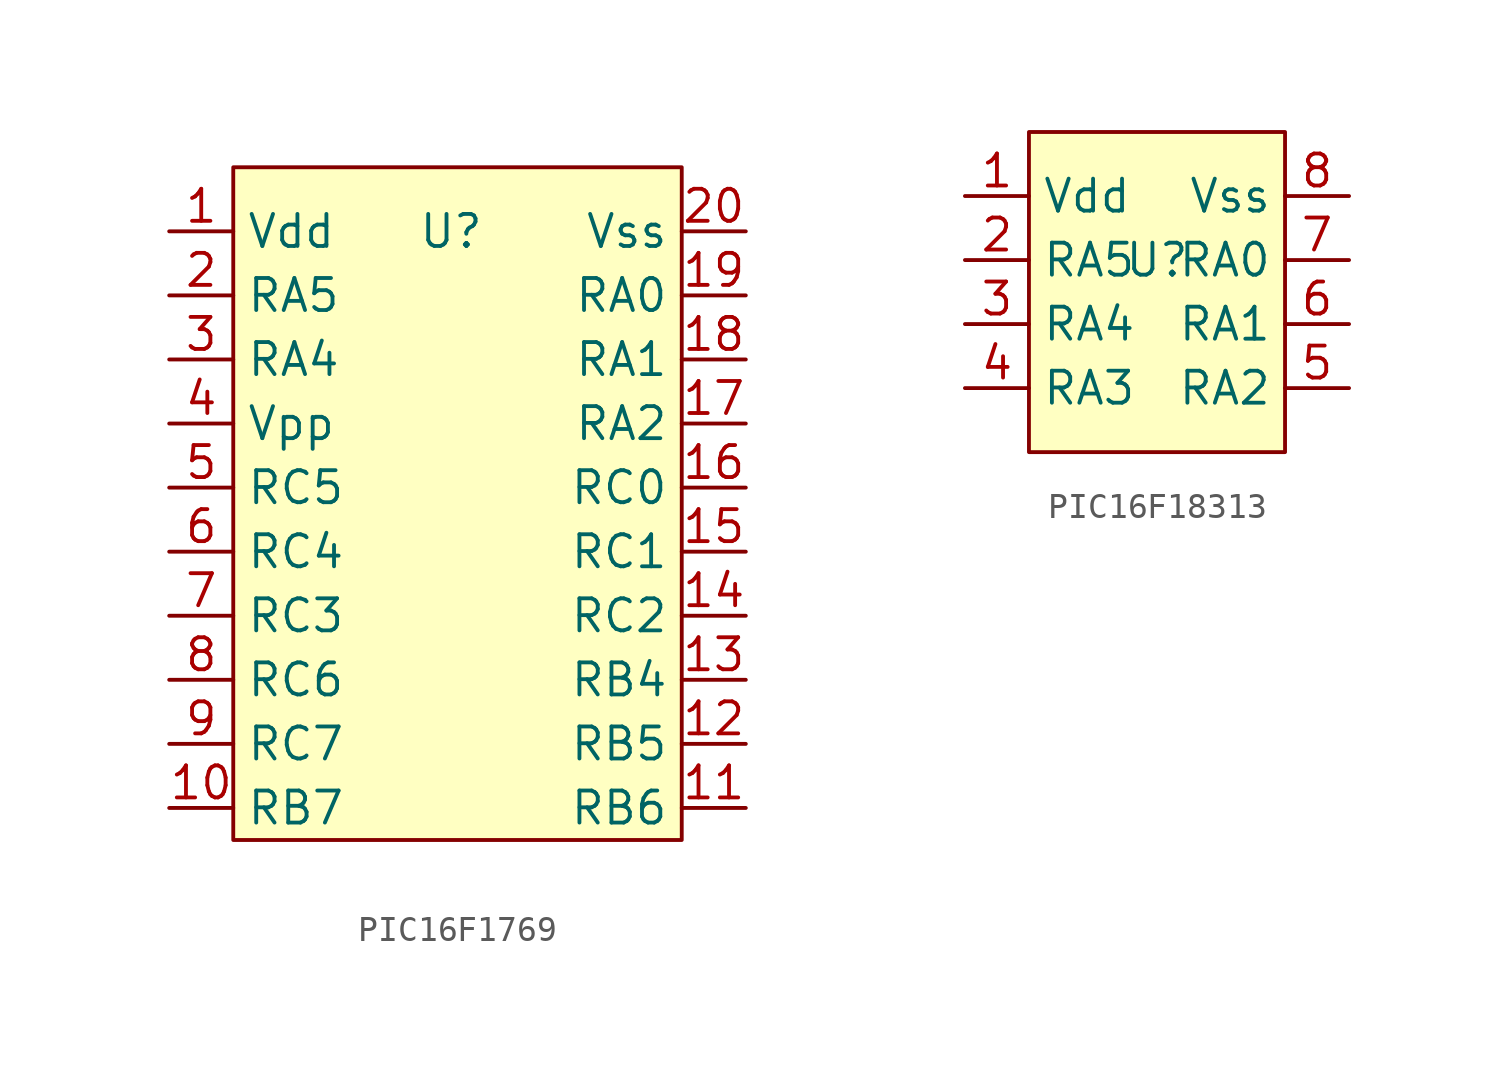
<source format=kicad_sym>
(kicad_symbol_lib
  (version 20241209)
  (generator "kicad_symbol_editor")
  (generator_version "9.0")
  (symbol "PIC16F1769"
    (property "Reference" "U"
      (at 1.016 6.35 0)
      (effects (font (size 1.27 1.27))))
    (property "Value" ""
      (at 0 0 0)
      (effects (font (size 1.27 1.27))))
    (symbol "PIC16F1769_0_1"
      (rectangle (start -7.62 8.89) (end 10.16 -17.78) (stroke (width 0) (type default)) (fill (type color) (color 255 255 194 1))))
    (symbol "PIC16F1769_1_1"
      (pin power_in line (at -10.16 6.35 0) (length 2.54) (name "Vdd" (effects (font (size 1.27 1.27)))) (number "1" (effects (font (size 1.27 1.27)))))
      (pin input line (at -10.16 3.81 0) (length 2.54) (name "RA5" (effects (font (size 1.27 1.27)))) (number "2" (effects (font (size 1.27 1.27)))))
      (pin input line (at -10.16 1.27 0) (length 2.54) (name "RA4" (effects (font (size 1.27 1.27)))) (number "3" (effects (font (size 1.27 1.27)))))
      (pin input line (at -10.16 -1.27 0) (length 2.54) (name "Vpp" (effects (font (size 1.27 1.27)))) (number "4" (effects (font (size 1.27 1.27)))))
      (pin input line (at -10.16 -3.81 0) (length 2.54) (name "RC5" (effects (font (size 1.27 1.27)))) (number "5" (effects (font (size 1.27 1.27)))))
      (pin input line (at -10.16 -6.35 0) (length 2.54) (name "RC4" (effects (font (size 1.27 1.27)))) (number "6" (effects (font (size 1.27 1.27)))))
      (pin input line (at -10.16 -8.89 0) (length 2.54) (name "RC3" (effects (font (size 1.27 1.27)))) (number "7" (effects (font (size 1.27 1.27)))))
      (pin input line (at -10.16 -11.43 0) (length 2.54) (name "RC6" (effects (font (size 1.27 1.27)))) (number "8" (effects (font (size 1.27 1.27)))))
      (pin input line (at -10.16 -13.97 0) (length 2.54) (name "RC7" (effects (font (size 1.27 1.27)))) (number "9" (effects (font (size 1.27 1.27)))))
      (pin input line (at -10.16 -16.51 0) (length 2.54) (name "RB7" (effects (font (size 1.27 1.27)))) (number "10" (effects (font (size 1.27 1.27)))))
      (pin power_in line (at 12.7 6.35 180) (length 2.54) (name "Vss" (effects (font (size 1.27 1.27)))) (number "20" (effects (font (size 1.27 1.27)))))
      (pin input line (at 12.7 3.81 180) (length 2.54) (name "RA0" (effects (font (size 1.27 1.27)))) (number "19" (effects (font (size 1.27 1.27)))))
      (pin input line (at 12.7 1.27 180) (length 2.54) (name "RA1" (effects (font (size 1.27 1.27)))) (number "18" (effects (font (size 1.27 1.27)))))
      (pin input line (at 12.7 -1.27 180) (length 2.54) (name "RA2" (effects (font (size 1.27 1.27)))) (number "17" (effects (font (size 1.27 1.27)))))
      (pin input line (at 12.7 -3.81 180) (length 2.54) (name "RC0" (effects (font (size 1.27 1.27)))) (number "16" (effects (font (size 1.27 1.27)))))
      (pin input line (at 12.7 -6.35 180) (length 2.54) (name "RC1" (effects (font (size 1.27 1.27)))) (number "15" (effects (font (size 1.27 1.27)))))
      (pin input line (at 12.7 -8.89 180) (length 2.54) (name "RC2" (effects (font (size 1.27 1.27)))) (number "14" (effects (font (size 1.27 1.27)))))
      (pin input line (at 12.7 -11.43 180) (length 2.54) (name "RB4" (effects (font (size 1.27 1.27)))) (number "13" (effects (font (size 1.27 1.27)))))
      (pin input line (at 12.7 -13.97 180) (length 2.54) (name "RB5" (effects (font (size 1.27 1.27)))) (number "12" (effects (font (size 1.27 1.27)))))
      (pin input line (at 12.7 -16.51 180) (length 2.54) (name "RB6" (effects (font (size 1.27 1.27)))) (number "11" (effects (font (size 1.27 1.27)))))))
  (symbol "PIC16F18313"
    (property "Reference" "U"
      (at 0 0 0)
      (effects (font (size 1.27 1.27))))
    (property "Value" ""
      (at 1.27 0 0)
      (effects (font (size 1.27 1.27))))
    (symbol "PIC16F18313_0_1"
      (rectangle (start -5.08 5.08) (end 5.08 -7.62) (stroke (width 0) (type default)) (fill (type color) (color 255 255 194 1))))
    (symbol "PIC16F18313_1_1"
      (pin power_in line (at -7.62 2.54 0) (length 2.54) (name "Vdd" (effects (font (size 1.27 1.27)))) (number "1" (effects (font (size 1.27 1.27)))))
      (pin input line (at -7.62 0 0) (length 2.54) (name "RA5" (effects (font (size 1.27 1.27)))) (number "2" (effects (font (size 1.27 1.27)))))
      (pin input line (at -7.62 -2.54 0) (length 2.54) (name "RA4" (effects (font (size 1.27 1.27)))) (number "3" (effects (font (size 1.27 1.27)))))
      (pin input line (at -7.62 -5.08 0) (length 2.54) (name "RA3" (effects (font (size 1.27 1.27)))) (number "4" (effects (font (size 1.27 1.27)))))
      (pin power_in line (at 7.62 2.54 180) (length 2.54) (name "Vss" (effects (font (size 1.27 1.27)))) (number "8" (effects (font (size 1.27 1.27)))))
      (pin input line (at 7.62 0 180) (length 2.54) (name "RA0" (effects (font (size 1.27 1.27)))) (number "7" (effects (font (size 1.27 1.27)))))
      (pin input line (at 7.62 -2.54 180) (length 2.54) (name "RA1" (effects (font (size 1.27 1.27)))) (number "6" (effects (font (size 1.27 1.27)))))
      (pin input line (at 7.62 -5.08 180) (length 2.54) (name "RA2" (effects (font (size 1.27 1.27)))) (number "5" (effects (font (size 1.27 1.27))))))))
</source>
